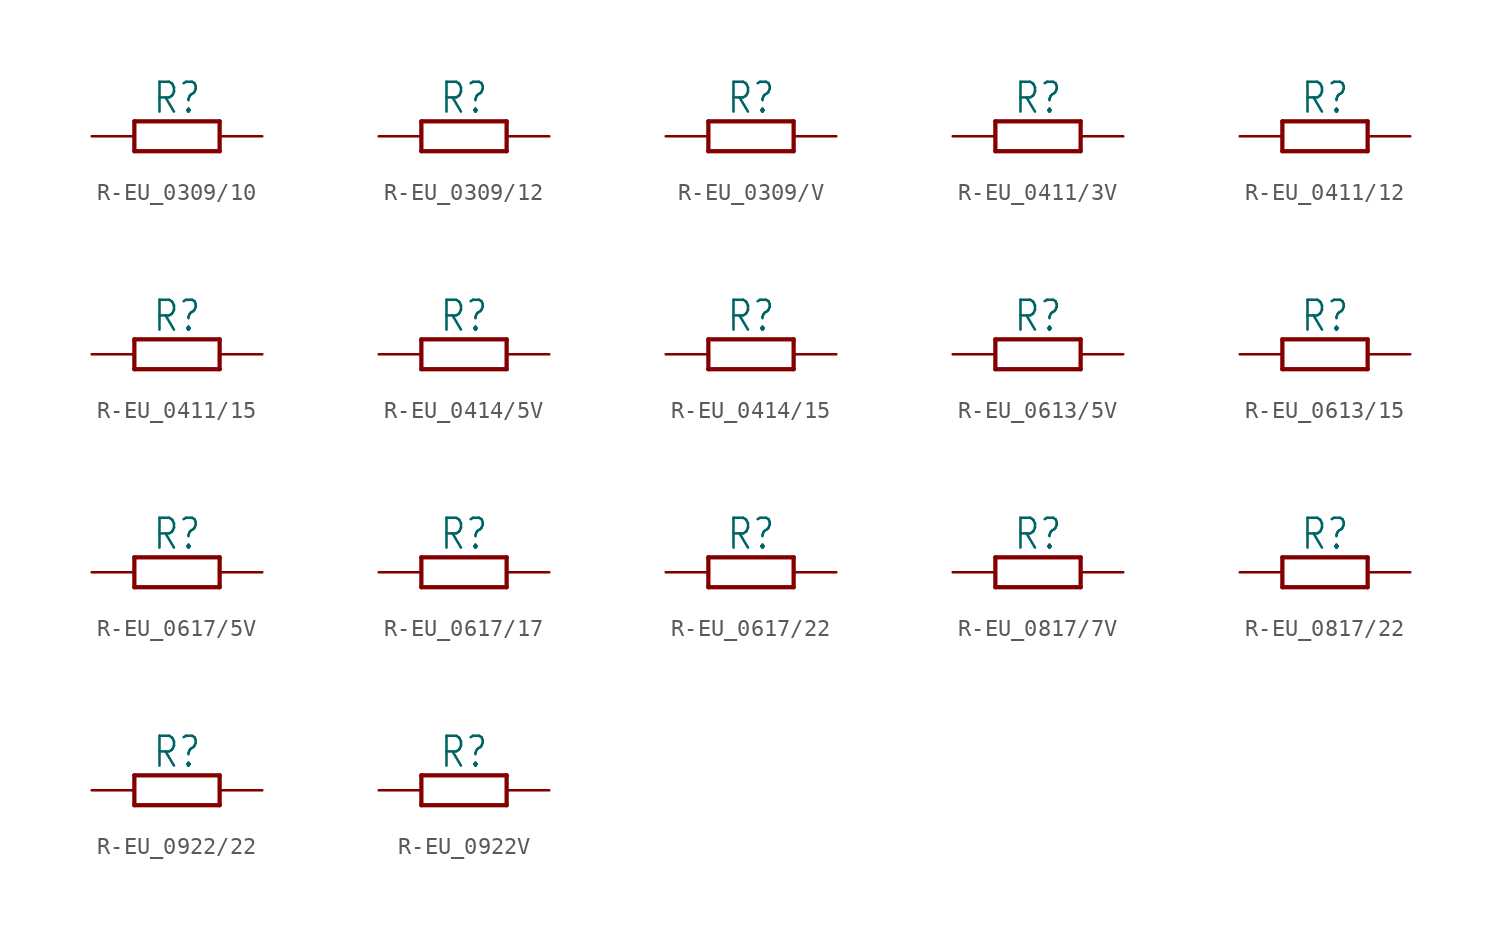
<source format=kicad_sym>
(kicad_symbol_lib
  (version 20220914)
  (generator kicad_symbol_editor)
  (symbol "R-EU_0309/10"
    (property "Reference" "R"
      (at 0 1.245 0)
      (effects (font (size 1.778 1.511)) (justify bottom)))
    (property "Value" ""
      (at 0 -1.27 0)
      (effects (font (size 1.778 1.511)) (justify top)))
    (property "ki_locked" ""
      (at 0 0 0)
      (effects (font (size 1.27 1.27))))
    (symbol "R-EU_0309/10_1_0"
      (polyline (pts (xy -2.54 -0.889) (xy -2.54 0.889)) (stroke (width 0.254) (type solid)) (fill (type none)))
      (polyline (pts (xy -2.54 -0.889) (xy 2.54 -0.889)) (stroke (width 0.254) (type solid)) (fill (type none)))
      (polyline (pts (xy 2.54 -0.889) (xy 2.54 0.889)) (stroke (width 0.254) (type solid)) (fill (type none)))
      (polyline (pts (xy 2.54 0.889) (xy -2.54 0.889)) (stroke (width 0.254) (type solid)) (fill (type none)))
      (pin passive line (at -5.08 0 0) (length 2.54) (name "1" (effects (font (size 0 0)))) (number "1" (effects (font (size 0 0)))))
      (pin passive line (at 5.08 0 180) (length 2.54) (name "2" (effects (font (size 0 0)))) (number "2" (effects (font (size 0 0)))))))
  (symbol "R-EU_0309/12"
    (property "Reference" "R"
      (at 0 1.245 0)
      (effects (font (size 1.778 1.511)) (justify bottom)))
    (property "Value" ""
      (at 0 -1.27 0)
      (effects (font (size 1.778 1.511)) (justify top)))
    (property "ki_locked" ""
      (at 0 0 0)
      (effects (font (size 1.27 1.27))))
    (symbol "R-EU_0309/12_1_0"
      (polyline (pts (xy -2.54 -0.889) (xy -2.54 0.889)) (stroke (width 0.254) (type solid)) (fill (type none)))
      (polyline (pts (xy -2.54 -0.889) (xy 2.54 -0.889)) (stroke (width 0.254) (type solid)) (fill (type none)))
      (polyline (pts (xy 2.54 -0.889) (xy 2.54 0.889)) (stroke (width 0.254) (type solid)) (fill (type none)))
      (polyline (pts (xy 2.54 0.889) (xy -2.54 0.889)) (stroke (width 0.254) (type solid)) (fill (type none)))
      (pin passive line (at -5.08 0 0) (length 2.54) (name "1" (effects (font (size 0 0)))) (number "1" (effects (font (size 0 0)))))
      (pin passive line (at 5.08 0 180) (length 2.54) (name "2" (effects (font (size 0 0)))) (number "2" (effects (font (size 0 0)))))))
  (symbol "R-EU_0309/V"
    (property "Reference" "R"
      (at 0 1.245 0)
      (effects (font (size 1.778 1.511)) (justify bottom)))
    (property "Value" ""
      (at 0 -1.27 0)
      (effects (font (size 1.778 1.511)) (justify top)))
    (property "ki_locked" ""
      (at 0 0 0)
      (effects (font (size 1.27 1.27))))
    (symbol "R-EU_0309/V_1_0"
      (polyline (pts (xy -2.54 -0.889) (xy -2.54 0.889)) (stroke (width 0.254) (type solid)) (fill (type none)))
      (polyline (pts (xy -2.54 -0.889) (xy 2.54 -0.889)) (stroke (width 0.254) (type solid)) (fill (type none)))
      (polyline (pts (xy 2.54 -0.889) (xy 2.54 0.889)) (stroke (width 0.254) (type solid)) (fill (type none)))
      (polyline (pts (xy 2.54 0.889) (xy -2.54 0.889)) (stroke (width 0.254) (type solid)) (fill (type none)))
      (pin passive line (at -5.08 0 0) (length 2.54) (name "1" (effects (font (size 0 0)))) (number "1" (effects (font (size 0 0)))))
      (pin passive line (at 5.08 0 180) (length 2.54) (name "2" (effects (font (size 0 0)))) (number "2" (effects (font (size 0 0)))))))
  (symbol "R-EU_0411/3V"
    (property "Reference" "R"
      (at 0 1.245 0)
      (effects (font (size 1.778 1.511)) (justify bottom)))
    (property "Value" ""
      (at 0 -1.27 0)
      (effects (font (size 1.778 1.511)) (justify top)))
    (property "ki_locked" ""
      (at 0 0 0)
      (effects (font (size 1.27 1.27))))
    (symbol "R-EU_0411/3V_1_0"
      (polyline (pts (xy -2.54 -0.889) (xy -2.54 0.889)) (stroke (width 0.254) (type solid)) (fill (type none)))
      (polyline (pts (xy -2.54 -0.889) (xy 2.54 -0.889)) (stroke (width 0.254) (type solid)) (fill (type none)))
      (polyline (pts (xy 2.54 -0.889) (xy 2.54 0.889)) (stroke (width 0.254) (type solid)) (fill (type none)))
      (polyline (pts (xy 2.54 0.889) (xy -2.54 0.889)) (stroke (width 0.254) (type solid)) (fill (type none)))
      (pin passive line (at -5.08 0 0) (length 2.54) (name "1" (effects (font (size 0 0)))) (number "1" (effects (font (size 0 0)))))
      (pin passive line (at 5.08 0 180) (length 2.54) (name "2" (effects (font (size 0 0)))) (number "2" (effects (font (size 0 0)))))))
  (symbol "R-EU_0411/12"
    (property "Reference" "R"
      (at 0 1.245 0)
      (effects (font (size 1.778 1.511)) (justify bottom)))
    (property "Value" ""
      (at 0 -1.27 0)
      (effects (font (size 1.778 1.511)) (justify top)))
    (property "ki_locked" ""
      (at 0 0 0)
      (effects (font (size 1.27 1.27))))
    (symbol "R-EU_0411/12_1_0"
      (polyline (pts (xy -2.54 -0.889) (xy -2.54 0.889)) (stroke (width 0.254) (type solid)) (fill (type none)))
      (polyline (pts (xy -2.54 -0.889) (xy 2.54 -0.889)) (stroke (width 0.254) (type solid)) (fill (type none)))
      (polyline (pts (xy 2.54 -0.889) (xy 2.54 0.889)) (stroke (width 0.254) (type solid)) (fill (type none)))
      (polyline (pts (xy 2.54 0.889) (xy -2.54 0.889)) (stroke (width 0.254) (type solid)) (fill (type none)))
      (pin passive line (at -5.08 0 0) (length 2.54) (name "1" (effects (font (size 0 0)))) (number "1" (effects (font (size 0 0)))))
      (pin passive line (at 5.08 0 180) (length 2.54) (name "2" (effects (font (size 0 0)))) (number "2" (effects (font (size 0 0)))))))
  (symbol "R-EU_0411/15"
    (property "Reference" "R"
      (at 0 1.245 0)
      (effects (font (size 1.778 1.511)) (justify bottom)))
    (property "Value" ""
      (at 0 -1.27 0)
      (effects (font (size 1.778 1.511)) (justify top)))
    (property "ki_locked" ""
      (at 0 0 0)
      (effects (font (size 1.27 1.27))))
    (symbol "R-EU_0411/15_1_0"
      (polyline (pts (xy -2.54 -0.889) (xy -2.54 0.889)) (stroke (width 0.254) (type solid)) (fill (type none)))
      (polyline (pts (xy -2.54 -0.889) (xy 2.54 -0.889)) (stroke (width 0.254) (type solid)) (fill (type none)))
      (polyline (pts (xy 2.54 -0.889) (xy 2.54 0.889)) (stroke (width 0.254) (type solid)) (fill (type none)))
      (polyline (pts (xy 2.54 0.889) (xy -2.54 0.889)) (stroke (width 0.254) (type solid)) (fill (type none)))
      (pin passive line (at -5.08 0 0) (length 2.54) (name "1" (effects (font (size 0 0)))) (number "1" (effects (font (size 0 0)))))
      (pin passive line (at 5.08 0 180) (length 2.54) (name "2" (effects (font (size 0 0)))) (number "2" (effects (font (size 0 0)))))))
  (symbol "R-EU_0414/5V"
    (property "Reference" "R"
      (at 0 1.245 0)
      (effects (font (size 1.778 1.511)) (justify bottom)))
    (property "Value" ""
      (at 0 -1.27 0)
      (effects (font (size 1.778 1.511)) (justify top)))
    (property "ki_locked" ""
      (at 0 0 0)
      (effects (font (size 1.27 1.27))))
    (symbol "R-EU_0414/5V_1_0"
      (polyline (pts (xy -2.54 -0.889) (xy -2.54 0.889)) (stroke (width 0.254) (type solid)) (fill (type none)))
      (polyline (pts (xy -2.54 -0.889) (xy 2.54 -0.889)) (stroke (width 0.254) (type solid)) (fill (type none)))
      (polyline (pts (xy 2.54 -0.889) (xy 2.54 0.889)) (stroke (width 0.254) (type solid)) (fill (type none)))
      (polyline (pts (xy 2.54 0.889) (xy -2.54 0.889)) (stroke (width 0.254) (type solid)) (fill (type none)))
      (pin passive line (at -5.08 0 0) (length 2.54) (name "1" (effects (font (size 0 0)))) (number "1" (effects (font (size 0 0)))))
      (pin passive line (at 5.08 0 180) (length 2.54) (name "2" (effects (font (size 0 0)))) (number "2" (effects (font (size 0 0)))))))
  (symbol "R-EU_0414/15"
    (property "Reference" "R"
      (at 0 1.245 0)
      (effects (font (size 1.778 1.511)) (justify bottom)))
    (property "Value" ""
      (at 0 -1.27 0)
      (effects (font (size 1.778 1.511)) (justify top)))
    (property "ki_locked" ""
      (at 0 0 0)
      (effects (font (size 1.27 1.27))))
    (symbol "R-EU_0414/15_1_0"
      (polyline (pts (xy -2.54 -0.889) (xy -2.54 0.889)) (stroke (width 0.254) (type solid)) (fill (type none)))
      (polyline (pts (xy -2.54 -0.889) (xy 2.54 -0.889)) (stroke (width 0.254) (type solid)) (fill (type none)))
      (polyline (pts (xy 2.54 -0.889) (xy 2.54 0.889)) (stroke (width 0.254) (type solid)) (fill (type none)))
      (polyline (pts (xy 2.54 0.889) (xy -2.54 0.889)) (stroke (width 0.254) (type solid)) (fill (type none)))
      (pin passive line (at -5.08 0 0) (length 2.54) (name "1" (effects (font (size 0 0)))) (number "1" (effects (font (size 0 0)))))
      (pin passive line (at 5.08 0 180) (length 2.54) (name "2" (effects (font (size 0 0)))) (number "2" (effects (font (size 0 0)))))))
  (symbol "R-EU_0613/5V"
    (property "Reference" "R"
      (at 0 1.245 0)
      (effects (font (size 1.778 1.511)) (justify bottom)))
    (property "Value" ""
      (at 0 -1.27 0)
      (effects (font (size 1.778 1.511)) (justify top)))
    (property "ki_locked" ""
      (at 0 0 0)
      (effects (font (size 1.27 1.27))))
    (symbol "R-EU_0613/5V_1_0"
      (polyline (pts (xy -2.54 -0.889) (xy -2.54 0.889)) (stroke (width 0.254) (type solid)) (fill (type none)))
      (polyline (pts (xy -2.54 -0.889) (xy 2.54 -0.889)) (stroke (width 0.254) (type solid)) (fill (type none)))
      (polyline (pts (xy 2.54 -0.889) (xy 2.54 0.889)) (stroke (width 0.254) (type solid)) (fill (type none)))
      (polyline (pts (xy 2.54 0.889) (xy -2.54 0.889)) (stroke (width 0.254) (type solid)) (fill (type none)))
      (pin passive line (at -5.08 0 0) (length 2.54) (name "1" (effects (font (size 0 0)))) (number "1" (effects (font (size 0 0)))))
      (pin passive line (at 5.08 0 180) (length 2.54) (name "2" (effects (font (size 0 0)))) (number "2" (effects (font (size 0 0)))))))
  (symbol "R-EU_0613/15"
    (property "Reference" "R"
      (at 0 1.245 0)
      (effects (font (size 1.778 1.511)) (justify bottom)))
    (property "Value" ""
      (at 0 -1.27 0)
      (effects (font (size 1.778 1.511)) (justify top)))
    (property "ki_locked" ""
      (at 0 0 0)
      (effects (font (size 1.27 1.27))))
    (symbol "R-EU_0613/15_1_0"
      (polyline (pts (xy -2.54 -0.889) (xy -2.54 0.889)) (stroke (width 0.254) (type solid)) (fill (type none)))
      (polyline (pts (xy -2.54 -0.889) (xy 2.54 -0.889)) (stroke (width 0.254) (type solid)) (fill (type none)))
      (polyline (pts (xy 2.54 -0.889) (xy 2.54 0.889)) (stroke (width 0.254) (type solid)) (fill (type none)))
      (polyline (pts (xy 2.54 0.889) (xy -2.54 0.889)) (stroke (width 0.254) (type solid)) (fill (type none)))
      (pin passive line (at -5.08 0 0) (length 2.54) (name "1" (effects (font (size 0 0)))) (number "1" (effects (font (size 0 0)))))
      (pin passive line (at 5.08 0 180) (length 2.54) (name "2" (effects (font (size 0 0)))) (number "2" (effects (font (size 0 0)))))))
  (symbol "R-EU_0617/5V"
    (property "Reference" "R"
      (at 0 1.245 0)
      (effects (font (size 1.778 1.511)) (justify bottom)))
    (property "Value" ""
      (at 0 -1.27 0)
      (effects (font (size 1.778 1.511)) (justify top)))
    (property "ki_locked" ""
      (at 0 0 0)
      (effects (font (size 1.27 1.27))))
    (symbol "R-EU_0617/5V_1_0"
      (polyline (pts (xy -2.54 -0.889) (xy -2.54 0.889)) (stroke (width 0.254) (type solid)) (fill (type none)))
      (polyline (pts (xy -2.54 -0.889) (xy 2.54 -0.889)) (stroke (width 0.254) (type solid)) (fill (type none)))
      (polyline (pts (xy 2.54 -0.889) (xy 2.54 0.889)) (stroke (width 0.254) (type solid)) (fill (type none)))
      (polyline (pts (xy 2.54 0.889) (xy -2.54 0.889)) (stroke (width 0.254) (type solid)) (fill (type none)))
      (pin passive line (at -5.08 0 0) (length 2.54) (name "1" (effects (font (size 0 0)))) (number "1" (effects (font (size 0 0)))))
      (pin passive line (at 5.08 0 180) (length 2.54) (name "2" (effects (font (size 0 0)))) (number "2" (effects (font (size 0 0)))))))
  (symbol "R-EU_0617/17"
    (property "Reference" "R"
      (at 0 1.245 0)
      (effects (font (size 1.778 1.511)) (justify bottom)))
    (property "Value" ""
      (at 0 -1.27 0)
      (effects (font (size 1.778 1.511)) (justify top)))
    (property "ki_locked" ""
      (at 0 0 0)
      (effects (font (size 1.27 1.27))))
    (symbol "R-EU_0617/17_1_0"
      (polyline (pts (xy -2.54 -0.889) (xy -2.54 0.889)) (stroke (width 0.254) (type solid)) (fill (type none)))
      (polyline (pts (xy -2.54 -0.889) (xy 2.54 -0.889)) (stroke (width 0.254) (type solid)) (fill (type none)))
      (polyline (pts (xy 2.54 -0.889) (xy 2.54 0.889)) (stroke (width 0.254) (type solid)) (fill (type none)))
      (polyline (pts (xy 2.54 0.889) (xy -2.54 0.889)) (stroke (width 0.254) (type solid)) (fill (type none)))
      (pin passive line (at -5.08 0 0) (length 2.54) (name "1" (effects (font (size 0 0)))) (number "1" (effects (font (size 0 0)))))
      (pin passive line (at 5.08 0 180) (length 2.54) (name "2" (effects (font (size 0 0)))) (number "2" (effects (font (size 0 0)))))))
  (symbol "R-EU_0617/22"
    (property "Reference" "R"
      (at 0 1.245 0)
      (effects (font (size 1.778 1.511)) (justify bottom)))
    (property "Value" ""
      (at 0 -1.27 0)
      (effects (font (size 1.778 1.511)) (justify top)))
    (property "ki_locked" ""
      (at 0 0 0)
      (effects (font (size 1.27 1.27))))
    (symbol "R-EU_0617/22_1_0"
      (polyline (pts (xy -2.54 -0.889) (xy -2.54 0.889)) (stroke (width 0.254) (type solid)) (fill (type none)))
      (polyline (pts (xy -2.54 -0.889) (xy 2.54 -0.889)) (stroke (width 0.254) (type solid)) (fill (type none)))
      (polyline (pts (xy 2.54 -0.889) (xy 2.54 0.889)) (stroke (width 0.254) (type solid)) (fill (type none)))
      (polyline (pts (xy 2.54 0.889) (xy -2.54 0.889)) (stroke (width 0.254) (type solid)) (fill (type none)))
      (pin passive line (at -5.08 0 0) (length 2.54) (name "1" (effects (font (size 0 0)))) (number "1" (effects (font (size 0 0)))))
      (pin passive line (at 5.08 0 180) (length 2.54) (name "2" (effects (font (size 0 0)))) (number "2" (effects (font (size 0 0)))))))
  (symbol "R-EU_0817/7V"
    (property "Reference" "R"
      (at 0 1.245 0)
      (effects (font (size 1.778 1.511)) (justify bottom)))
    (property "Value" ""
      (at 0 -1.27 0)
      (effects (font (size 1.778 1.511)) (justify top)))
    (property "ki_locked" ""
      (at 0 0 0)
      (effects (font (size 1.27 1.27))))
    (symbol "R-EU_0817/7V_1_0"
      (polyline (pts (xy -2.54 -0.889) (xy -2.54 0.889)) (stroke (width 0.254) (type solid)) (fill (type none)))
      (polyline (pts (xy -2.54 -0.889) (xy 2.54 -0.889)) (stroke (width 0.254) (type solid)) (fill (type none)))
      (polyline (pts (xy 2.54 -0.889) (xy 2.54 0.889)) (stroke (width 0.254) (type solid)) (fill (type none)))
      (polyline (pts (xy 2.54 0.889) (xy -2.54 0.889)) (stroke (width 0.254) (type solid)) (fill (type none)))
      (pin passive line (at -5.08 0 0) (length 2.54) (name "1" (effects (font (size 0 0)))) (number "1" (effects (font (size 0 0)))))
      (pin passive line (at 5.08 0 180) (length 2.54) (name "2" (effects (font (size 0 0)))) (number "2" (effects (font (size 0 0)))))))
  (symbol "R-EU_0817/22"
    (property "Reference" "R"
      (at 0 1.245 0)
      (effects (font (size 1.778 1.511)) (justify bottom)))
    (property "Value" ""
      (at 0 -1.27 0)
      (effects (font (size 1.778 1.511)) (justify top)))
    (property "ki_locked" ""
      (at 0 0 0)
      (effects (font (size 1.27 1.27))))
    (symbol "R-EU_0817/22_1_0"
      (polyline (pts (xy -2.54 -0.889) (xy -2.54 0.889)) (stroke (width 0.254) (type solid)) (fill (type none)))
      (polyline (pts (xy -2.54 -0.889) (xy 2.54 -0.889)) (stroke (width 0.254) (type solid)) (fill (type none)))
      (polyline (pts (xy 2.54 -0.889) (xy 2.54 0.889)) (stroke (width 0.254) (type solid)) (fill (type none)))
      (polyline (pts (xy 2.54 0.889) (xy -2.54 0.889)) (stroke (width 0.254) (type solid)) (fill (type none)))
      (pin passive line (at -5.08 0 0) (length 2.54) (name "1" (effects (font (size 0 0)))) (number "1" (effects (font (size 0 0)))))
      (pin passive line (at 5.08 0 180) (length 2.54) (name "2" (effects (font (size 0 0)))) (number "2" (effects (font (size 0 0)))))))
  (symbol "R-EU_0922/22"
    (property "Reference" "R"
      (at 0 1.245 0)
      (effects (font (size 1.778 1.511)) (justify bottom)))
    (property "Value" ""
      (at 0 -1.27 0)
      (effects (font (size 1.778 1.511)) (justify top)))
    (property "ki_locked" ""
      (at 0 0 0)
      (effects (font (size 1.27 1.27))))
    (symbol "R-EU_0922/22_1_0"
      (polyline (pts (xy -2.54 -0.889) (xy -2.54 0.889)) (stroke (width 0.254) (type solid)) (fill (type none)))
      (polyline (pts (xy -2.54 -0.889) (xy 2.54 -0.889)) (stroke (width 0.254) (type solid)) (fill (type none)))
      (polyline (pts (xy 2.54 -0.889) (xy 2.54 0.889)) (stroke (width 0.254) (type solid)) (fill (type none)))
      (polyline (pts (xy 2.54 0.889) (xy -2.54 0.889)) (stroke (width 0.254) (type solid)) (fill (type none)))
      (pin passive line (at -5.08 0 0) (length 2.54) (name "1" (effects (font (size 0 0)))) (number "1" (effects (font (size 0 0)))))
      (pin passive line (at 5.08 0 180) (length 2.54) (name "2" (effects (font (size 0 0)))) (number "2" (effects (font (size 0 0)))))))
  (symbol "R-EU_0922V"
    (property "Reference" "R"
      (at 0 1.245 0)
      (effects (font (size 1.778 1.511)) (justify bottom)))
    (property "Value" ""
      (at 0 -1.27 0)
      (effects (font (size 1.778 1.511)) (justify top)))
    (property "ki_locked" ""
      (at 0 0 0)
      (effects (font (size 1.27 1.27))))
    (symbol "R-EU_0922V_1_0"
      (polyline (pts (xy -2.54 -0.889) (xy -2.54 0.889)) (stroke (width 0.254) (type solid)) (fill (type none)))
      (polyline (pts (xy -2.54 -0.889) (xy 2.54 -0.889)) (stroke (width 0.254) (type solid)) (fill (type none)))
      (polyline (pts (xy 2.54 -0.889) (xy 2.54 0.889)) (stroke (width 0.254) (type solid)) (fill (type none)))
      (polyline (pts (xy 2.54 0.889) (xy -2.54 0.889)) (stroke (width 0.254) (type solid)) (fill (type none)))
      (pin passive line (at -5.08 0 0) (length 2.54) (name "1" (effects (font (size 0 0)))) (number "1" (effects (font (size 0 0)))))
      (pin passive line (at 5.08 0 180) (length 2.54) (name "2" (effects (font (size 0 0)))) (number "2" (effects (font (size 0 0))))))))
</source>
